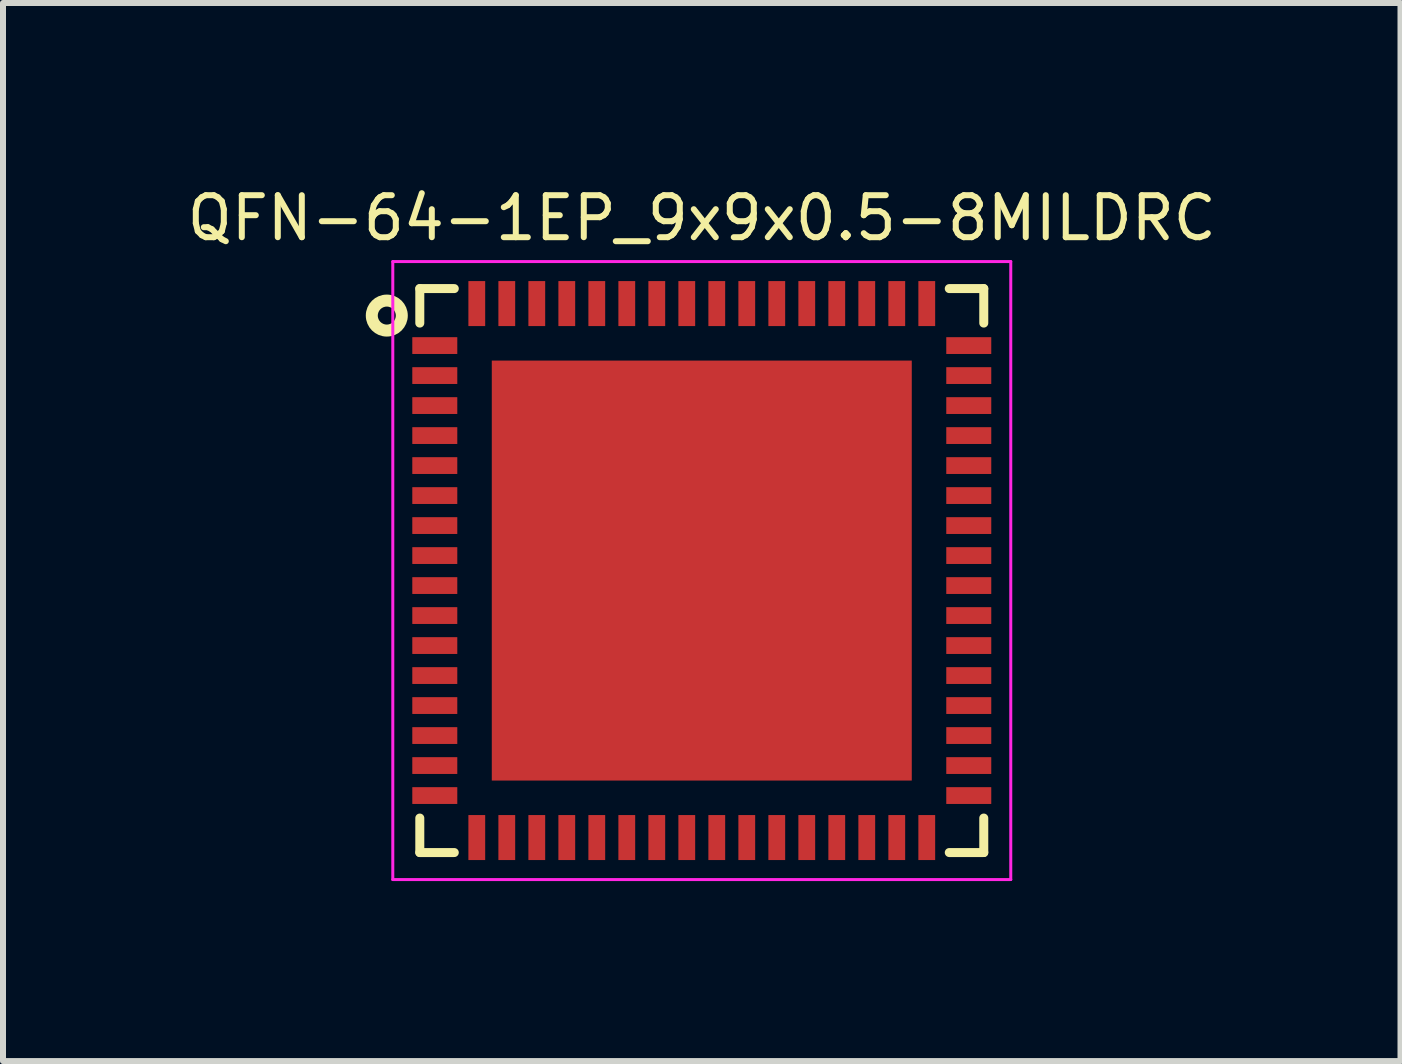
<source format=kicad_pcb>
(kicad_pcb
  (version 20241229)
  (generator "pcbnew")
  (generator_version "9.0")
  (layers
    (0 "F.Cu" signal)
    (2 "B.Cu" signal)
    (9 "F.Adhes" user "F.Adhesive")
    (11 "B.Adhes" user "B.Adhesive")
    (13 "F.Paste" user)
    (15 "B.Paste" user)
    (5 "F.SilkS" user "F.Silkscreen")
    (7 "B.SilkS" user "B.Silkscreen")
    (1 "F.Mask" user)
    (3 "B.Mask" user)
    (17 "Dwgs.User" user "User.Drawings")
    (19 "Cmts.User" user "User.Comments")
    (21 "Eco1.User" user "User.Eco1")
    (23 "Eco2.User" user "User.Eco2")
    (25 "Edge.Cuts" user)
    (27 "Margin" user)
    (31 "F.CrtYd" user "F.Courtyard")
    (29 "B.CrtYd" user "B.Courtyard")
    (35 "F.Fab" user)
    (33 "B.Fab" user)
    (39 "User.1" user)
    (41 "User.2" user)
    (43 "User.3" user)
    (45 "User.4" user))
  (footprint "QFN-64-1EP_9x9x0.5-8MILDRC"
    (layer "F.Cu")
    (at 8.647 6.46)
    (property "Reference" "QFN-64-1EP_9x9x0.5-8MILDRC" (at 0 -5.875 0) (layer "F.SilkS") (effects (font (size 0.7 0.7) (thickness 0.1))))
    (attr smd)
    (fp_line (start -4.7 -4.7) (end -4.7 -4.125) (stroke (width 0.15) (type solid)) (layer "F.SilkS"))
    (fp_line (start -4.7 -4.7) (end -4.125 -4.7) (stroke (width 0.15) (type solid)) (layer "F.SilkS"))
    (fp_line (start -4.7 4.7) (end -4.7 4.125) (stroke (width 0.15) (type solid)) (layer "F.SilkS"))
    (fp_line (start -4.7 4.7) (end -4.125 4.7) (stroke (width 0.15) (type solid)) (layer "F.SilkS"))
    (fp_line (start 4.7 -4.7) (end 4.125 -4.7) (stroke (width 0.15) (type solid)) (layer "F.SilkS"))
    (fp_line (start 4.7 -4.7) (end 4.7 -4.125) (stroke (width 0.15) (type solid)) (layer "F.SilkS"))
    (fp_line (start 4.7 4.7) (end 4.125 4.7) (stroke (width 0.15) (type solid)) (layer "F.SilkS"))
    (fp_line (start 4.7 4.7) (end 4.7 4.125) (stroke (width 0.15) (type solid)) (layer "F.SilkS"))
    (fp_circle (center -5.25 -4.25) (end -5 -4.25) (stroke (width 0.2) (type solid)) (fill no) (layer "F.SilkS"))
    (fp_line (start -5.15 -5.15) (end -5.15 5.15) (stroke (width 0.05) (type solid)) (layer "F.CrtYd"))
    (fp_line (start -5.15 -5.15) (end 5.15 -5.15) (stroke (width 0.05) (type solid)) (layer "F.CrtYd"))
    (fp_line (start -5.15 5.15) (end 5.15 5.15) (stroke (width 0.05) (type solid)) (layer "F.CrtYd"))
    (fp_line (start 5.15 -5.15) (end 5.15 5.15) (stroke (width 0.05) (type solid)) (layer "F.CrtYd"))
    (pad "" smd rect (at -2.25 -2.25) (size 2.1 2.1) (layers "F.Cu" "B.Paste"))
    (pad "" smd rect (at -2.25 0) (size 2.1 2.1) (layers "F.Cu" "B.Paste"))
    (pad "" smd rect (at -2.25 2.25) (size 2.1 2.1) (layers "F.Cu" "B.Paste"))
    (pad "" smd rect (at 0 -2.25) (size 2.1 2.1) (layers "F.Cu" "B.Paste"))
    (pad "" smd rect (at 0 0) (size 2.1 2.1) (layers "F.Cu" "B.Paste"))
    (pad "" smd rect (at 0 2.25) (size 2.1 2.1) (layers "F.Cu" "B.Paste"))
    (pad "" smd rect (at 2.25 -2.25) (size 2.1 2.1) (layers "F.Cu" "B.Paste"))
    (pad "" smd rect (at 2.25 0) (size 2.1 2.1) (layers "F.Cu" "B.Paste"))
    (pad "" smd rect (at 2.25 2.25) (size 2.1 2.1) (layers "F.Cu" "B.Paste"))
    (pad "1" smd rect (at -4.45 -3.75) (size 0.75 0.28) (layers "F.Cu" "F.Mask" "F.Paste"))
    (pad "2" smd rect (at -4.45 -3.25) (size 0.75 0.28) (layers "F.Cu" "F.Mask" "F.Paste"))
    (pad "3" smd rect (at -4.45 -2.75) (size 0.75 0.28) (layers "F.Cu" "F.Mask" "F.Paste"))
    (pad "4" smd rect (at -4.45 -2.25) (size 0.75 0.28) (layers "F.Cu" "F.Mask" "F.Paste"))
    (pad "5" smd rect (at -4.45 -1.75) (size 0.75 0.28) (layers "F.Cu" "F.Mask" "F.Paste"))
    (pad "6" smd rect (at -4.45 -1.25) (size 0.75 0.28) (layers "F.Cu" "F.Mask" "F.Paste"))
    (pad "7" smd rect (at -4.45 -0.75) (size 0.75 0.28) (layers "F.Cu" "F.Mask" "F.Paste"))
    (pad "8" smd rect (at -4.45 -0.25) (size 0.75 0.28) (layers "F.Cu" "F.Mask" "F.Paste"))
    (pad "9" smd rect (at -4.45 0.25) (size 0.75 0.28) (layers "F.Cu" "F.Mask" "F.Paste"))
    (pad "10" smd rect (at -4.45 0.75) (size 0.75 0.28) (layers "F.Cu" "F.Mask" "F.Paste"))
    (pad "11" smd rect (at -4.45 1.25) (size 0.75 0.28) (layers "F.Cu" "F.Mask" "F.Paste"))
    (pad "12" smd rect (at -4.45 1.75) (size 0.75 0.28) (layers "F.Cu" "F.Mask" "F.Paste"))
    (pad "13" smd rect (at -4.45 2.25) (size 0.75 0.28) (layers "F.Cu" "F.Mask" "F.Paste"))
    (pad "14" smd rect (at -4.45 2.75) (size 0.75 0.28) (layers "F.Cu" "F.Mask" "F.Paste"))
    (pad "15" smd rect (at -4.45 3.25) (size 0.75 0.28) (layers "F.Cu" "F.Mask" "F.Paste"))
    (pad "16" smd rect (at -4.45 3.75) (size 0.75 0.28) (layers "F.Cu" "F.Mask" "F.Paste"))
    (pad "17" smd rect (at -3.75 4.45 90) (size 0.75 0.28) (layers "F.Cu" "F.Mask" "F.Paste"))
    (pad "18" smd rect (at -3.25 4.45 90) (size 0.75 0.28) (layers "F.Cu" "F.Mask" "F.Paste"))
    (pad "19" smd rect (at -2.75 4.45 90) (size 0.75 0.28) (layers "F.Cu" "F.Mask" "F.Paste"))
    (pad "20" smd rect (at -2.25 4.45 90) (size 0.75 0.28) (layers "F.Cu" "F.Mask" "F.Paste"))
    (pad "21" smd rect (at -1.75 4.45 90) (size 0.75 0.28) (layers "F.Cu" "F.Mask" "F.Paste"))
    (pad "22" smd rect (at -1.25 4.45 90) (size 0.75 0.28) (layers "F.Cu" "F.Mask" "F.Paste"))
    (pad "23" smd rect (at -0.75 4.45 90) (size 0.75 0.28) (layers "F.Cu" "F.Mask" "F.Paste"))
    (pad "24" smd rect (at -0.25 4.45 90) (size 0.75 0.28) (layers "F.Cu" "F.Mask" "F.Paste"))
    (pad "25" smd rect (at 0.25 4.45 90) (size 0.75 0.28) (layers "F.Cu" "F.Mask" "F.Paste"))
    (pad "26" smd rect (at 0.75 4.45 90) (size 0.75 0.28) (layers "F.Cu" "F.Mask" "F.Paste"))
    (pad "27" smd rect (at 1.25 4.45 90) (size 0.75 0.28) (layers "F.Cu" "F.Mask" "F.Paste"))
    (pad "28" smd rect (at 1.75 4.45 90) (size 0.75 0.28) (layers "F.Cu" "F.Mask" "F.Paste"))
    (pad "29" smd rect (at 2.25 4.45 90) (size 0.75 0.28) (layers "F.Cu" "F.Mask" "F.Paste"))
    (pad "30" smd rect (at 2.75 4.45 90) (size 0.75 0.28) (layers "F.Cu" "F.Mask" "F.Paste"))
    (pad "31" smd rect (at 3.25 4.45 90) (size 0.75 0.28) (layers "F.Cu" "F.Mask" "F.Paste"))
    (pad "32" smd rect (at 3.75 4.45 90) (size 0.75 0.28) (layers "F.Cu" "F.Mask" "F.Paste"))
    (pad "33" smd rect (at 4.45 3.75) (size 0.75 0.28) (layers "F.Cu" "F.Mask" "F.Paste"))
    (pad "34" smd rect (at 4.45 3.25) (size 0.75 0.28) (layers "F.Cu" "F.Mask" "F.Paste"))
    (pad "35" smd rect (at 4.45 2.75) (size 0.75 0.28) (layers "F.Cu" "F.Mask" "F.Paste"))
    (pad "36" smd rect (at 4.45 2.25) (size 0.75 0.28) (layers "F.Cu" "F.Mask" "F.Paste"))
    (pad "37" smd rect (at 4.45 1.75) (size 0.75 0.28) (layers "F.Cu" "F.Mask" "F.Paste"))
    (pad "38" smd rect (at 4.45 1.25) (size 0.75 0.28) (layers "F.Cu" "F.Mask" "F.Paste"))
    (pad "39" smd rect (at 4.45 0.75) (size 0.75 0.28) (layers "F.Cu" "F.Mask" "F.Paste"))
    (pad "40" smd rect (at 4.45 0.25) (size 0.75 0.28) (layers "F.Cu" "F.Mask" "F.Paste"))
    (pad "41" smd rect (at 4.45 -0.25) (size 0.75 0.28) (layers "F.Cu" "F.Mask" "F.Paste"))
    (pad "42" smd rect (at 4.45 -0.75) (size 0.75 0.28) (layers "F.Cu" "F.Mask" "F.Paste"))
    (pad "43" smd rect (at 4.45 -1.25) (size 0.75 0.28) (layers "F.Cu" "F.Mask" "F.Paste"))
    (pad "44" smd rect (at 4.45 -1.75) (size 0.75 0.28) (layers "F.Cu" "F.Mask" "F.Paste"))
    (pad "45" smd rect (at 4.45 -2.25) (size 0.75 0.28) (layers "F.Cu" "F.Mask" "F.Paste"))
    (pad "46" smd rect (at 4.45 -2.75) (size 0.75 0.28) (layers "F.Cu" "F.Mask" "F.Paste"))
    (pad "47" smd rect (at 4.45 -3.25) (size 0.75 0.28) (layers "F.Cu" "F.Mask" "F.Paste"))
    (pad "48" smd rect (at 4.45 -3.75) (size 0.75 0.28) (layers "F.Cu" "F.Mask" "F.Paste"))
    (pad "49" smd rect (at 3.75 -4.45 90) (size 0.75 0.28) (layers "F.Cu" "F.Mask" "F.Paste"))
    (pad "50" smd rect (at 3.25 -4.45 90) (size 0.75 0.28) (layers "F.Cu" "F.Mask" "F.Paste"))
    (pad "51" smd rect (at 2.75 -4.45 90) (size 0.75 0.28) (layers "F.Cu" "F.Mask" "F.Paste"))
    (pad "52" smd rect (at 2.25 -4.45 90) (size 0.75 0.28) (layers "F.Cu" "F.Mask" "F.Paste"))
    (pad "53" smd rect (at 1.75 -4.45 90) (size 0.75 0.28) (layers "F.Cu" "F.Mask" "F.Paste"))
    (pad "54" smd rect (at 1.25 -4.45 90) (size 0.75 0.28) (layers "F.Cu" "F.Mask" "F.Paste"))
    (pad "55" smd rect (at 0.75 -4.45 90) (size 0.75 0.28) (layers "F.Cu" "F.Mask" "F.Paste"))
    (pad "56" smd rect (at 0.25 -4.45 90) (size 0.75 0.28) (layers "F.Cu" "F.Mask" "F.Paste"))
    (pad "57" smd rect (at -0.25 -4.45 90) (size 0.75 0.28) (layers "F.Cu" "F.Mask" "F.Paste"))
    (pad "58" smd rect (at -0.75 -4.45 90) (size 0.75 0.28) (layers "F.Cu" "F.Mask" "F.Paste"))
    (pad "59" smd rect (at -1.25 -4.45 90) (size 0.75 0.28) (layers "F.Cu" "F.Mask" "F.Paste"))
    (pad "60" smd rect (at -1.75 -4.45 90) (size 0.75 0.28) (layers "F.Cu" "F.Mask" "F.Paste"))
    (pad "61" smd rect (at -2.25 -4.45 90) (size 0.75 0.28) (layers "F.Cu" "F.Mask" "F.Paste"))
    (pad "62" smd rect (at -2.75 -4.45 90) (size 0.75 0.28) (layers "F.Cu" "F.Mask" "F.Paste"))
    (pad "63" smd rect (at -3.25 -4.45 90) (size 0.75 0.28) (layers "F.Cu" "F.Mask" "F.Paste"))
    (pad "64" smd rect (at -3.75 -4.45 90) (size 0.75 0.28) (layers "F.Cu" "F.Mask" "F.Paste"))
    (pad "65" smd rect (at 0 0) (size 7 7) (layers "F.Cu" "F.Mask")))
  (gr_rect
    (start -3 -3)
    (end 20.293 14.635)
    (stroke (width 0.1) (type default))
    (fill no)
    (layer "Edge.Cuts")))
</source>
